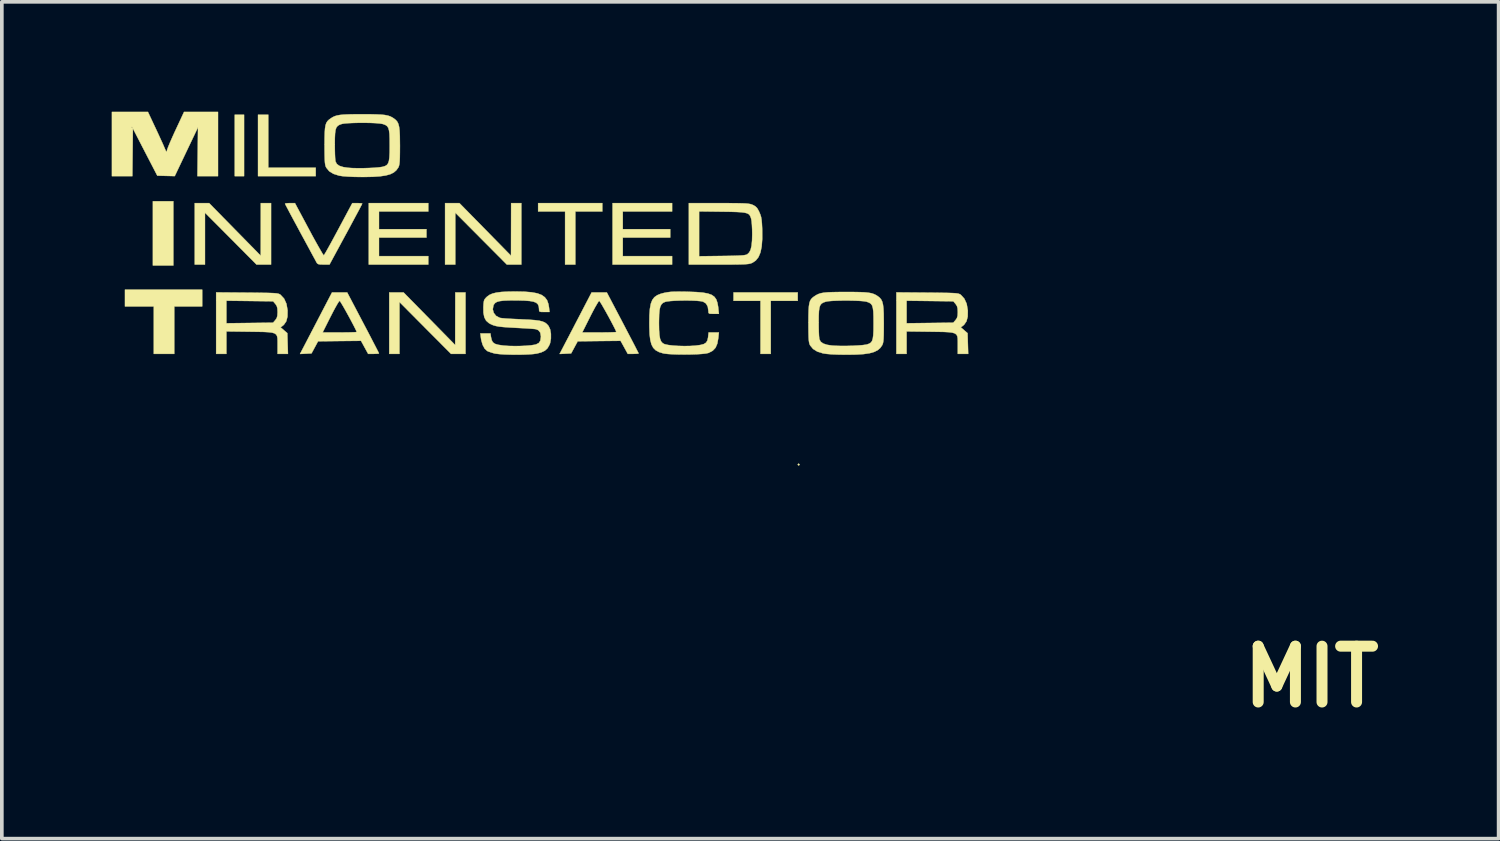
<source format=kicad_pcb>
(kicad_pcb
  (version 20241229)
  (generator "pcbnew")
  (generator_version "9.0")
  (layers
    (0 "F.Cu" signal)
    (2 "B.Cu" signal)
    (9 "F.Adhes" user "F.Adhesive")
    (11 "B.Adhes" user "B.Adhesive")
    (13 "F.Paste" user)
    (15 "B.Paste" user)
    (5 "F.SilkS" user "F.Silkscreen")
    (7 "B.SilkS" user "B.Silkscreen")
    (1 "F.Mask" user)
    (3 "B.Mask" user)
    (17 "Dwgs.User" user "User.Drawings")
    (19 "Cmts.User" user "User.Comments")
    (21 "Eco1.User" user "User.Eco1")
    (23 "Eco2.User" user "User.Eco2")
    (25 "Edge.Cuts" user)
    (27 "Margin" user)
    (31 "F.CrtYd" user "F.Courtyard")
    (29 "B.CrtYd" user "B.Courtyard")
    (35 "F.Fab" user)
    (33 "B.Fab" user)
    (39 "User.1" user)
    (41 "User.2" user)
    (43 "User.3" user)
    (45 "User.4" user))
  (footprint "MIT"
    (layer "F.Cu")
    (at 32.746 15.423)
    (property "Reference" "MIT" (at 0 0 0) (layer "F.SilkS") (effects (font (size 1.524 1.524) (thickness 0.3))))
    (attr through_hole)
    (fp_poly (pts (xy -31.064 -11.227) (xy -31.623 -11.227) (xy -31.623 -12.979) (xy -31.064 -12.979) (xy -31.064 -11.227)) (stroke (width 0.01) (type solid)) (fill yes) (layer "F.SilkS"))
    (fp_poly (pts (xy -29.134 -13.665) (xy -29.388 -13.665) (xy -29.388 -15.342) (xy -29.134 -15.342) (xy -29.134 -13.665)) (stroke (width 0.01) (type solid)) (fill yes) (layer "F.SilkS"))
    (fp_poly (pts (xy -28.473 -13.894) (xy -27.178 -13.894) (xy -27.178 -13.665) (xy -28.753 -13.665) (xy -28.753 -15.342) (xy -28.473 -15.342) (xy -28.473 -13.894)) (stroke (width 0.01) (type solid)) (fill yes) (layer "F.SilkS"))
    (fp_poly (pts (xy -30.277 -10.109) (xy -31.039 -10.109) (xy -31.039 -8.814) (xy -31.598 -8.814) (xy -31.598 -10.109) (xy -32.385 -10.109) (xy -32.385 -10.566) (xy -30.277 -10.566) (xy -30.277 -10.109)) (stroke (width 0.01) (type solid)) (fill yes) (layer "F.SilkS"))
    (fp_poly (pts (xy -19.355 -12.7) (xy -20.091 -12.7) (xy -20.091 -11.252) (xy -20.371 -11.252) (xy -20.371 -12.7) (xy -21.107 -12.7) (xy -21.107 -12.929) (xy -19.355 -12.929) (xy -19.355 -12.7)) (stroke (width 0.01) (type solid)) (fill yes) (layer "F.SilkS"))
    (fp_poly (pts (xy -14.021 -10.262) (xy -14.757 -10.262) (xy -14.757 -8.814) (xy -15.037 -8.814) (xy -15.037 -10.262) (xy -15.773 -10.262) (xy -15.773 -10.49) (xy -14.021 -10.49) (xy -14.021 -10.262)) (stroke (width 0.01) (type solid)) (fill yes) (layer "F.SilkS"))
    (fp_poly (pts (xy -13.971 -5.797) (xy -13.97 -5.791) (xy -13.989 -5.767) (xy -13.995 -5.766) (xy -14.02 -5.785) (xy -14.021 -5.791) (xy -14.001 -5.816) (xy -13.995 -5.817) (xy -13.971 -5.797)) (stroke (width 0.01) (type solid)) (fill yes) (layer "F.SilkS"))
    (fp_poly (pts (xy -29.384 -12.211) (xy -28.679 -11.493) (xy -28.677 -12.929) (xy -28.397 -12.929) (xy -28.397 -11.252) (xy -28.794 -11.252) (xy -29.497 -11.96) (xy -30.201 -12.667) (xy -30.201 -11.252) (xy -30.48 -11.252) (xy -30.48 -12.929) (xy -30.088 -12.929) (xy -29.384 -12.211)) (stroke (width 0.01) (type solid)) (fill yes) (layer "F.SilkS"))
    (fp_poly (pts (xy -24.105 -12.7) (xy -25.451 -12.7) (xy -25.451 -12.217) (xy -24.155 -12.217) (xy -24.155 -11.989) (xy -25.451 -11.989) (xy -25.451 -11.481) (xy -24.105 -11.481) (xy -24.105 -11.252) (xy -25.73 -11.252) (xy -25.73 -12.929) (xy -24.105 -12.929) (xy -24.105 -12.7)) (stroke (width 0.01) (type solid)) (fill yes) (layer "F.SilkS"))
    (fp_poly (pts (xy -24.075 -9.773) (xy -23.371 -9.055) (xy -23.368 -10.49) (xy -23.089 -10.49) (xy -23.089 -8.814) (xy -23.485 -8.814) (xy -24.189 -9.521) (xy -24.892 -10.229) (xy -24.892 -8.814) (xy -25.171 -8.814) (xy -25.171 -10.49) (xy -24.78 -10.49) (xy -24.075 -9.773)) (stroke (width 0.01) (type solid)) (fill yes) (layer "F.SilkS"))
    (fp_poly (pts (xy -22.551 -12.211) (xy -21.847 -11.493) (xy -21.844 -12.929) (xy -21.565 -12.929) (xy -21.565 -11.252) (xy -21.961 -11.252) (xy -22.665 -11.96) (xy -23.368 -12.667) (xy -23.368 -11.252) (xy -23.647 -11.252) (xy -23.647 -12.929) (xy -23.256 -12.929) (xy -22.551 -12.211)) (stroke (width 0.01) (type solid)) (fill yes) (layer "F.SilkS"))
    (fp_poly (pts (xy -17.45 -12.7) (xy -18.796 -12.7) (xy -18.796 -12.217) (xy -17.501 -12.217) (xy -17.501 -11.989) (xy -18.796 -11.989) (xy -18.796 -11.481) (xy -17.45 -11.481) (xy -17.45 -11.252) (xy -19.075 -11.252) (xy -19.075 -12.929) (xy -17.45 -12.929) (xy -17.45 -12.7)) (stroke (width 0.01) (type solid)) (fill yes) (layer "F.SilkS"))
    (fp_poly (pts (xy -31.546 -14.967) (xy -31.477 -14.819) (xy -31.413 -14.679) (xy -31.357 -14.557) (xy -31.315 -14.461) (xy -31.29 -14.402) (xy -31.289 -14.402) (xy -31.263 -14.34) (xy -31.248 -14.323) (xy -31.243 -14.348) (xy -31.243 -14.349) (xy -31.232 -14.39) (xy -31.203 -14.469) (xy -31.158 -14.578) (xy -31.1 -14.71) (xy -31.034 -14.857) (xy -31.007 -14.914) (xy -30.772 -15.418) (xy -30.309 -15.418) (xy -29.845 -15.418) (xy -29.845 -13.665) (xy -30.407 -13.665) (xy -30.391 -14.999) (xy -30.709 -14.332) (xy -31.026 -13.666) (xy -31.264 -13.672) (xy -31.502 -13.678) (xy -31.836 -14.322) (xy -32.169 -14.967) (xy -32.176 -14.316) (xy -32.183 -13.665) (xy -32.741 -13.665) (xy -32.741 -14.999) (xy -32.207 -14.999) (xy -32.194 -14.986) (xy -32.182 -14.999) (xy -32.194 -15.011) (xy -32.207 -14.999) (xy -32.741 -14.999) (xy -32.741 -15.418) (xy -31.758 -15.418) (xy -31.546 -14.967)) (stroke (width 0.01) (type solid)) (fill yes) (layer "F.SilkS"))
    (fp_poly (pts (xy -27.361 -12.211) (xy -27.268 -12.037) (xy -27.181 -11.879) (xy -27.104 -11.742) (xy -27.04 -11.631) (xy -26.993 -11.551) (xy -26.964 -11.509) (xy -26.957 -11.503) (xy -26.941 -11.527) (xy -26.903 -11.59) (xy -26.848 -11.687) (xy -26.778 -11.813) (xy -26.697 -11.962) (xy -26.607 -12.129) (xy -26.558 -12.22) (xy -26.179 -12.929) (xy -26.044 -12.929) (xy -25.968 -12.926) (xy -25.919 -12.921) (xy -25.908 -12.916) (xy -25.92 -12.891) (xy -25.953 -12.827) (xy -26.005 -12.728) (xy -26.074 -12.6) (xy -26.156 -12.447) (xy -26.248 -12.275) (xy -26.349 -12.088) (xy -26.355 -12.078) (xy -26.802 -11.252) (xy -26.964 -11.252) (xy -27.054 -11.254) (xy -27.108 -11.264) (xy -27.139 -11.284) (xy -27.155 -11.309) (xy -27.174 -11.345) (xy -27.214 -11.419) (xy -27.273 -11.527) (xy -27.346 -11.663) (xy -27.431 -11.82) (xy -27.526 -11.995) (xy -27.601 -12.133) (xy -27.698 -12.314) (xy -27.788 -12.48) (xy -27.867 -12.627) (xy -27.931 -12.749) (xy -27.98 -12.841) (xy -28.009 -12.898) (xy -28.016 -12.914) (xy -27.993 -12.922) (xy -27.934 -12.927) (xy -27.881 -12.929) (xy -27.745 -12.929) (xy -27.361 -12.211)) (stroke (width 0.01) (type solid)) (fill yes) (layer "F.SilkS"))
    (fp_poly (pts (xy -25.885 -9.664) (xy -25.786 -9.476) (xy -25.695 -9.302) (xy -25.615 -9.147) (xy -25.548 -9.018) (xy -25.496 -8.917) (xy -25.463 -8.852) (xy -25.451 -8.826) (xy -25.451 -8.826) (xy -25.474 -8.819) (xy -25.534 -8.815) (xy -25.599 -8.814) (xy -25.747 -8.814) (xy -25.942 -9.17) (xy -26.528 -9.164) (xy -27.114 -9.157) (xy -27.293 -8.826) (xy -27.607 -8.811) (xy -27.424 -9.162) (xy -27.353 -9.299) (xy -27.301 -9.398) (xy -26.99 -9.398) (xy -26.525 -9.398) (xy -26.378 -9.399) (xy -26.25 -9.401) (xy -26.149 -9.404) (xy -26.083 -9.407) (xy -26.06 -9.411) (xy -26.072 -9.444) (xy -26.104 -9.511) (xy -26.151 -9.603) (xy -26.209 -9.713) (xy -26.273 -9.832) (xy -26.338 -9.95) (xy -26.4 -10.061) (xy -26.455 -10.155) (xy -26.497 -10.224) (xy -26.522 -10.259) (xy -26.526 -10.261) (xy -26.546 -10.24) (xy -26.585 -10.179) (xy -26.637 -10.088) (xy -26.7 -9.971) (xy -26.769 -9.837) (xy -26.773 -9.83) (xy -26.99 -9.398) (xy -27.301 -9.398) (xy -27.266 -9.466) (xy -27.17 -9.65) (xy -27.074 -9.835) (xy -26.988 -10.001) (xy -26.733 -10.49) (xy -26.526 -10.49) (xy -26.319 -10.49) (xy -25.885 -9.664)) (stroke (width 0.01) (type solid)) (fill yes) (layer "F.SilkS"))
    (fp_poly (pts (xy -18.798 -9.664) (xy -18.7 -9.476) (xy -18.609 -9.302) (xy -18.528 -9.147) (xy -18.461 -9.018) (xy -18.41 -8.917) (xy -18.376 -8.852) (xy -18.364 -8.826) (xy -18.364 -8.826) (xy -18.387 -8.819) (xy -18.447 -8.815) (xy -18.512 -8.814) (xy -18.66 -8.814) (xy -18.856 -9.17) (xy -19.442 -9.164) (xy -20.027 -9.157) (xy -20.206 -8.826) (xy -20.521 -8.811) (xy -20.338 -9.162) (xy -20.266 -9.299) (xy -20.215 -9.398) (xy -19.903 -9.398) (xy -19.439 -9.398) (xy -19.291 -9.399) (xy -19.163 -9.401) (xy -19.062 -9.404) (xy -18.997 -9.407) (xy -18.974 -9.411) (xy -18.985 -9.444) (xy -19.017 -9.511) (xy -19.064 -9.603) (xy -19.122 -9.713) (xy -19.186 -9.832) (xy -19.251 -9.95) (xy -19.314 -10.061) (xy -19.368 -10.155) (xy -19.411 -10.224) (xy -19.436 -10.259) (xy -19.44 -10.261) (xy -19.46 -10.24) (xy -19.498 -10.179) (xy -19.551 -10.088) (xy -19.614 -9.971) (xy -19.683 -9.837) (xy -19.686 -9.83) (xy -19.903 -9.398) (xy -20.215 -9.398) (xy -20.179 -9.466) (xy -20.084 -9.65) (xy -19.987 -9.835) (xy -19.901 -10.001) (xy -19.647 -10.49) (xy -19.44 -10.49) (xy -19.232 -10.49) (xy -18.798 -9.664)) (stroke (width 0.01) (type solid)) (fill yes) (layer "F.SilkS"))
    (fp_poly (pts (xy -29.051 -10.485) (xy -28.821 -10.483) (xy -28.636 -10.48) (xy -28.491 -10.478) (xy -28.38 -10.474) (xy -28.298 -10.47) (xy -28.239 -10.464) (xy -28.198 -10.456) (xy -28.169 -10.445) (xy -28.147 -10.433) (xy -28.139 -10.427) (xy -28.041 -10.322) (xy -27.977 -10.18) (xy -27.946 -10.002) (xy -27.946 -9.997) (xy -27.949 -9.831) (xy -27.982 -9.702) (xy -28.047 -9.608) (xy -28.074 -9.585) (xy -28.137 -9.538) (xy -28.045 -9.458) (xy -27.953 -9.379) (xy -27.936 -8.814) (xy -28.219 -8.814) (xy -28.219 -9.067) (xy -28.219 -9.164) (xy -28.222 -9.241) (xy -28.234 -9.3) (xy -28.259 -9.343) (xy -28.303 -9.374) (xy -28.372 -9.394) (xy -28.471 -9.406) (xy -28.604 -9.413) (xy -28.778 -9.416) (xy -28.987 -9.419) (xy -29.616 -9.427) (xy -29.616 -8.814) (xy -29.896 -8.814) (xy -29.896 -9.649) (xy -29.616 -9.649) (xy -28.979 -9.657) (xy -28.342 -9.665) (xy -28.281 -9.736) (xy -28.243 -9.79) (xy -28.225 -9.854) (xy -28.219 -9.947) (xy -28.219 -9.957) (xy -28.224 -10.053) (xy -28.241 -10.118) (xy -28.276 -10.173) (xy -28.281 -10.178) (xy -28.342 -10.249) (xy -29.616 -10.265) (xy -29.616 -9.649) (xy -29.896 -9.649) (xy -29.896 -10.492) (xy -29.051 -10.485)) (stroke (width 0.01) (type solid)) (fill yes) (layer "F.SilkS"))
    (fp_poly (pts (xy -10.484 -10.485) (xy -10.254 -10.483) (xy -10.069 -10.48) (xy -9.923 -10.478) (xy -9.813 -10.474) (xy -9.73 -10.47) (xy -9.672 -10.464) (xy -9.63 -10.456) (xy -9.602 -10.445) (xy -9.579 -10.433) (xy -9.571 -10.427) (xy -9.474 -10.322) (xy -9.409 -10.18) (xy -9.379 -10.002) (xy -9.378 -9.997) (xy -9.381 -9.831) (xy -9.415 -9.702) (xy -9.48 -9.608) (xy -9.507 -9.585) (xy -9.57 -9.538) (xy -9.477 -9.458) (xy -9.385 -9.379) (xy -9.368 -8.814) (xy -9.652 -8.814) (xy -9.652 -9.067) (xy -9.652 -9.164) (xy -9.655 -9.241) (xy -9.666 -9.3) (xy -9.692 -9.343) (xy -9.736 -9.374) (xy -9.805 -9.394) (xy -9.903 -9.406) (xy -10.037 -9.413) (xy -10.211 -9.416) (xy -10.419 -9.419) (xy -11.049 -9.427) (xy -11.049 -8.814) (xy -11.328 -8.814) (xy -11.328 -9.649) (xy -11.049 -9.649) (xy -10.412 -9.657) (xy -9.775 -9.665) (xy -9.713 -9.736) (xy -9.676 -9.79) (xy -9.657 -9.854) (xy -9.652 -9.947) (xy -9.652 -9.957) (xy -9.657 -10.053) (xy -9.674 -10.118) (xy -9.709 -10.173) (xy -9.713 -10.178) (xy -9.775 -10.249) (xy -11.049 -10.265) (xy -11.049 -9.649) (xy -11.328 -9.649) (xy -11.328 -10.492) (xy -10.484 -10.485)) (stroke (width 0.01) (type solid)) (fill yes) (layer "F.SilkS"))
    (fp_poly (pts (xy -16.173 -12.928) (xy -15.946 -12.928) (xy -15.763 -12.927) (xy -15.619 -12.925) (xy -15.508 -12.922) (xy -15.425 -12.918) (xy -15.363 -12.911) (xy -15.316 -12.903) (xy -15.279 -12.892) (xy -15.245 -12.878) (xy -15.245 -12.878) (xy -15.178 -12.841) (xy -15.129 -12.792) (xy -15.085 -12.716) (xy -15.069 -12.682) (xy -15.041 -12.615) (xy -15.021 -12.55) (xy -15.008 -12.475) (xy -14.999 -12.378) (xy -14.992 -12.246) (xy -14.991 -12.199) (xy -14.99 -11.95) (xy -15.005 -11.745) (xy -15.039 -11.581) (xy -15.092 -11.455) (xy -15.165 -11.363) (xy -15.253 -11.303) (xy -15.285 -11.289) (xy -15.319 -11.278) (xy -15.363 -11.269) (xy -15.422 -11.263) (xy -15.501 -11.258) (xy -15.606 -11.255) (xy -15.744 -11.253) (xy -15.921 -11.252) (xy -16.141 -11.252) (xy -16.175 -11.252) (xy -16.993 -11.252) (xy -16.993 -11.478) (xy -16.713 -11.478) (xy -16.085 -11.486) (xy -15.879 -11.489) (xy -15.719 -11.493) (xy -15.598 -11.498) (xy -15.511 -11.504) (xy -15.451 -11.513) (xy -15.413 -11.524) (xy -15.399 -11.531) (xy -15.345 -11.582) (xy -15.306 -11.658) (xy -15.281 -11.766) (xy -15.267 -11.91) (xy -15.263 -12.079) (xy -15.265 -12.211) (xy -15.271 -12.335) (xy -15.28 -12.435) (xy -15.29 -12.495) (xy -15.307 -12.55) (xy -15.328 -12.593) (xy -15.358 -12.627) (xy -15.404 -12.651) (xy -15.472 -12.668) (xy -15.567 -12.68) (xy -15.695 -12.687) (xy -15.862 -12.692) (xy -16.074 -12.695) (xy -16.083 -12.695) (xy -16.713 -12.703) (xy -16.713 -11.478) (xy -16.993 -11.478) (xy -16.993 -12.929) (xy -16.173 -12.928)) (stroke (width 0.01) (type solid)) (fill yes) (layer "F.SilkS"))
    (fp_poly (pts (xy -17.085 -10.511) (xy -17.011 -10.509) (xy -16.788 -10.501) (xy -16.611 -10.486) (xy -16.474 -10.461) (xy -16.37 -10.424) (xy -16.296 -10.372) (xy -16.245 -10.301) (xy -16.213 -10.208) (xy -16.192 -10.091) (xy -16.189 -10.059) (xy -16.173 -9.906) (xy -16.316 -9.906) (xy -16.397 -9.907) (xy -16.44 -9.915) (xy -16.456 -9.936) (xy -16.459 -9.976) (xy -16.459 -9.978) (xy -16.476 -10.103) (xy -16.526 -10.19) (xy -16.607 -10.24) (xy -16.677 -10.253) (xy -16.785 -10.263) (xy -16.921 -10.269) (xy -17.072 -10.271) (xy -17.228 -10.269) (xy -17.375 -10.264) (xy -17.503 -10.255) (xy -17.599 -10.243) (xy -17.64 -10.233) (xy -17.699 -10.206) (xy -17.742 -10.164) (xy -17.773 -10.102) (xy -17.793 -10.013) (xy -17.804 -9.889) (xy -17.808 -9.724) (xy -17.809 -9.652) (xy -17.806 -9.468) (xy -17.796 -9.328) (xy -17.778 -9.225) (xy -17.75 -9.154) (xy -17.709 -9.107) (xy -17.655 -9.078) (xy -17.651 -9.077) (xy -17.561 -9.057) (xy -17.434 -9.041) (xy -17.283 -9.031) (xy -17.121 -9.027) (xy -16.961 -9.029) (xy -16.819 -9.038) (xy -16.681 -9.056) (xy -16.585 -9.081) (xy -16.523 -9.12) (xy -16.487 -9.178) (xy -16.468 -9.261) (xy -16.466 -9.281) (xy -16.453 -9.398) (xy -16.173 -9.398) (xy -16.189 -9.245) (xy -16.216 -9.093) (xy -16.265 -8.98) (xy -16.342 -8.899) (xy -16.452 -8.841) (xy -16.459 -8.839) (xy -16.527 -8.824) (xy -16.636 -8.812) (xy -16.774 -8.803) (xy -16.933 -8.798) (xy -17.101 -8.796) (xy -17.268 -8.797) (xy -17.424 -8.802) (xy -17.559 -8.81) (xy -17.663 -8.822) (xy -17.697 -8.829) (xy -17.81 -8.864) (xy -17.898 -8.912) (xy -17.965 -8.979) (xy -18.013 -9.07) (xy -18.045 -9.192) (xy -18.064 -9.349) (xy -18.071 -9.549) (xy -18.072 -9.652) (xy -18.069 -9.871) (xy -18.056 -10.045) (xy -18.031 -10.181) (xy -17.991 -10.284) (xy -17.934 -10.36) (xy -17.856 -10.415) (xy -17.754 -10.456) (xy -17.664 -10.479) (xy -17.58 -10.495) (xy -17.49 -10.506) (xy -17.384 -10.512) (xy -17.253 -10.513) (xy -17.085 -10.511)) (stroke (width 0.01) (type solid)) (fill yes) (layer "F.SilkS"))
    (fp_poly (pts (xy -25.695 -15.354) (xy -25.526 -15.35) (xy -25.394 -15.344) (xy -25.291 -15.334) (xy -25.211 -15.318) (xy -25.146 -15.297) (xy -25.089 -15.268) (xy -25.041 -15.237) (xy -24.99 -15.196) (xy -24.951 -15.15) (xy -24.922 -15.09) (xy -24.902 -15.011) (xy -24.889 -14.905) (xy -24.882 -14.766) (xy -24.88 -14.586) (xy -24.879 -14.491) (xy -24.88 -14.312) (xy -24.882 -14.176) (xy -24.886 -14.076) (xy -24.893 -14.005) (xy -24.903 -13.954) (xy -24.916 -13.916) (xy -24.923 -13.902) (xy -24.977 -13.826) (xy -25.049 -13.764) (xy -25.144 -13.717) (xy -25.268 -13.683) (xy -25.426 -13.66) (xy -25.622 -13.647) (xy -25.863 -13.642) (xy -25.921 -13.642) (xy -26.124 -13.645) (xy -26.3 -13.653) (xy -26.441 -13.664) (xy -26.537 -13.678) (xy -26.694 -13.728) (xy -26.81 -13.799) (xy -26.89 -13.897) (xy -26.893 -13.902) (xy -26.908 -13.936) (xy -26.919 -13.98) (xy -26.927 -14.041) (xy -26.932 -14.127) (xy -26.935 -14.245) (xy -26.937 -14.403) (xy -26.937 -14.503) (xy -26.937 -14.53) (xy -26.657 -14.53) (xy -26.656 -14.388) (xy -26.653 -14.259) (xy -26.648 -14.154) (xy -26.641 -14.084) (xy -26.638 -14.066) (xy -26.602 -13.997) (xy -26.534 -13.947) (xy -26.428 -13.913) (xy -26.295 -13.893) (xy -26.181 -13.885) (xy -26.04 -13.882) (xy -25.884 -13.882) (xy -25.726 -13.887) (xy -25.578 -13.894) (xy -25.452 -13.905) (xy -25.361 -13.918) (xy -25.343 -13.922) (xy -25.281 -13.942) (xy -25.235 -13.971) (xy -25.202 -14.015) (xy -25.18 -14.081) (xy -25.167 -14.176) (xy -25.16 -14.308) (xy -25.159 -14.482) (xy -25.159 -14.503) (xy -25.16 -14.682) (xy -25.165 -14.817) (xy -25.178 -14.916) (xy -25.198 -14.985) (xy -25.231 -15.031) (xy -25.277 -15.063) (xy -25.339 -15.086) (xy -25.355 -15.09) (xy -25.428 -15.102) (xy -25.539 -15.112) (xy -25.678 -15.118) (xy -25.834 -15.121) (xy -25.995 -15.121) (xy -26.149 -15.117) (xy -26.287 -15.111) (xy -26.395 -15.102) (xy -26.461 -15.091) (xy -26.528 -15.068) (xy -26.578 -15.037) (xy -26.614 -14.993) (xy -26.637 -14.926) (xy -26.65 -14.83) (xy -26.656 -14.698) (xy -26.657 -14.53) (xy -26.937 -14.53) (xy -26.936 -14.699) (xy -26.932 -14.851) (xy -26.924 -14.967) (xy -26.91 -15.053) (xy -26.889 -15.116) (xy -26.859 -15.164) (xy -26.819 -15.204) (xy -26.778 -15.234) (xy -26.722 -15.271) (xy -26.665 -15.299) (xy -26.598 -15.32) (xy -26.516 -15.335) (xy -26.411 -15.345) (xy -26.276 -15.351) (xy -26.104 -15.354) (xy -25.908 -15.354) (xy -25.695 -15.354)) (stroke (width 0.01) (type solid)) (fill yes) (layer "F.SilkS"))
    (fp_poly (pts (xy -12.487 -10.502) (xy -12.318 -10.499) (xy -12.186 -10.493) (xy -12.083 -10.482) (xy -12.003 -10.467) (xy -11.938 -10.445) (xy -11.881 -10.417) (xy -11.833 -10.386) (xy -11.782 -10.345) (xy -11.743 -10.298) (xy -11.714 -10.239) (xy -11.694 -10.16) (xy -11.681 -10.054) (xy -11.674 -9.915) (xy -11.672 -9.734) (xy -11.671 -9.639) (xy -11.672 -9.46) (xy -11.674 -9.325) (xy -11.678 -9.225) (xy -11.685 -9.153) (xy -11.695 -9.102) (xy -11.708 -9.065) (xy -11.715 -9.051) (xy -11.769 -8.974) (xy -11.841 -8.913) (xy -11.936 -8.866) (xy -12.06 -8.831) (xy -12.218 -8.808) (xy -12.414 -8.795) (xy -12.655 -8.791) (xy -12.713 -8.791) (xy -12.916 -8.794) (xy -13.092 -8.801) (xy -13.233 -8.813) (xy -13.329 -8.827) (xy -13.486 -8.876) (xy -13.602 -8.948) (xy -13.682 -9.045) (xy -13.685 -9.051) (xy -13.7 -9.085) (xy -13.711 -9.129) (xy -13.719 -9.19) (xy -13.724 -9.276) (xy -13.727 -9.394) (xy -13.729 -9.551) (xy -13.729 -9.652) (xy -13.729 -9.679) (xy -13.449 -9.679) (xy -13.448 -9.536) (xy -13.445 -9.408) (xy -13.44 -9.303) (xy -13.433 -9.233) (xy -13.43 -9.214) (xy -13.394 -9.146) (xy -13.326 -9.096) (xy -13.22 -9.061) (xy -13.087 -9.041) (xy -12.973 -9.034) (xy -12.832 -9.03) (xy -12.676 -9.031) (xy -12.518 -9.035) (xy -12.37 -9.043) (xy -12.244 -9.053) (xy -12.153 -9.066) (xy -12.135 -9.07) (xy -12.073 -9.091) (xy -12.027 -9.119) (xy -11.994 -9.163) (xy -11.972 -9.229) (xy -11.959 -9.325) (xy -11.952 -9.456) (xy -11.951 -9.631) (xy -11.951 -9.652) (xy -11.952 -9.831) (xy -11.957 -9.966) (xy -11.97 -10.065) (xy -11.99 -10.134) (xy -12.023 -10.18) (xy -12.069 -10.211) (xy -12.131 -10.234) (xy -12.147 -10.239) (xy -12.22 -10.251) (xy -12.331 -10.26) (xy -12.47 -10.266) (xy -12.626 -10.269) (xy -12.787 -10.269) (xy -12.941 -10.266) (xy -13.079 -10.26) (xy -13.187 -10.251) (xy -13.253 -10.239) (xy -13.32 -10.216) (xy -13.37 -10.186) (xy -13.406 -10.141) (xy -13.429 -10.074) (xy -13.442 -9.979) (xy -13.448 -9.846) (xy -13.449 -9.679) (xy -13.729 -9.679) (xy -13.728 -9.848) (xy -13.724 -10) (xy -13.716 -10.115) (xy -13.702 -10.201) (xy -13.681 -10.265) (xy -13.651 -10.313) (xy -13.611 -10.353) (xy -13.57 -10.383) (xy -13.514 -10.419) (xy -13.457 -10.447) (xy -13.39 -10.469) (xy -13.308 -10.484) (xy -13.203 -10.494) (xy -13.068 -10.499) (xy -12.896 -10.502) (xy -12.7 -10.503) (xy -12.487 -10.502)) (stroke (width 0.01) (type solid)) (fill yes) (layer "F.SilkS"))
    (fp_poly (pts (xy -21.483 -10.511) (xy -21.286 -10.495) (xy -21.13 -10.466) (xy -21.011 -10.421) (xy -20.924 -10.359) (xy -20.863 -10.278) (xy -20.826 -10.174) (xy -20.811 -10.086) (xy -20.796 -9.957) (xy -20.939 -9.957) (xy -21.02 -9.958) (xy -21.063 -9.966) (xy -21.079 -9.987) (xy -21.082 -10.029) (xy -21.082 -10.035) (xy -21.089 -10.108) (xy -21.112 -10.165) (xy -21.157 -10.208) (xy -21.23 -10.238) (xy -21.336 -10.257) (xy -21.481 -10.268) (xy -21.669 -10.273) (xy -21.73 -10.273) (xy -21.914 -10.272) (xy -22.055 -10.266) (xy -22.158 -10.253) (xy -22.231 -10.233) (xy -22.281 -10.202) (xy -22.314 -10.161) (xy -22.327 -10.134) (xy -22.345 -10.03) (xy -22.319 -9.933) (xy -22.256 -9.852) (xy -22.16 -9.8) (xy -22.132 -9.793) (xy -22.082 -9.787) (xy -21.991 -9.779) (xy -21.868 -9.771) (xy -21.722 -9.764) (xy -21.564 -9.757) (xy -21.559 -9.756) (xy -21.359 -9.747) (xy -21.202 -9.735) (xy -21.082 -9.72) (xy -20.992 -9.698) (xy -20.924 -9.67) (xy -20.872 -9.631) (xy -20.828 -9.582) (xy -20.821 -9.573) (xy -20.779 -9.482) (xy -20.758 -9.363) (xy -20.758 -9.233) (xy -20.779 -9.111) (xy -20.797 -9.062) (xy -20.851 -8.967) (xy -20.924 -8.9) (xy -21.025 -8.853) (xy -21.142 -8.822) (xy -21.238 -8.809) (xy -21.371 -8.799) (xy -21.528 -8.793) (xy -21.699 -8.791) (xy -21.871 -8.793) (xy -22.031 -8.798) (xy -22.169 -8.808) (xy -22.272 -8.82) (xy -22.297 -8.825) (xy -22.387 -8.851) (xy -22.466 -8.879) (xy -22.496 -8.892) (xy -22.566 -8.956) (xy -22.622 -9.06) (xy -22.66 -9.193) (xy -22.667 -9.239) (xy -22.684 -9.373) (xy -22.409 -9.373) (xy -22.394 -9.274) (xy -22.374 -9.188) (xy -22.341 -9.128) (xy -22.286 -9.088) (xy -22.2 -9.062) (xy -22.073 -9.043) (xy -22.047 -9.04) (xy -21.913 -9.03) (xy -21.758 -9.027) (xy -21.597 -9.028) (xy -21.441 -9.035) (xy -21.304 -9.047) (xy -21.199 -9.063) (xy -21.164 -9.072) (xy -21.089 -9.11) (xy -21.047 -9.172) (xy -21.032 -9.27) (xy -21.031 -9.293) (xy -21.049 -9.395) (xy -21.103 -9.461) (xy -21.166 -9.487) (xy -21.208 -9.493) (xy -21.292 -9.5) (xy -21.409 -9.508) (xy -21.549 -9.516) (xy -21.704 -9.524) (xy -21.704 -9.524) (xy -21.899 -9.535) (xy -22.052 -9.546) (xy -22.169 -9.558) (xy -22.261 -9.575) (xy -22.334 -9.596) (xy -22.396 -9.623) (xy -22.449 -9.652) (xy -22.526 -9.719) (xy -22.576 -9.812) (xy -22.6 -9.937) (xy -22.602 -10.091) (xy -22.596 -10.193) (xy -22.586 -10.259) (xy -22.567 -10.305) (xy -22.533 -10.345) (xy -22.502 -10.375) (xy -22.436 -10.423) (xy -22.352 -10.46) (xy -22.244 -10.486) (xy -22.105 -10.504) (xy -21.929 -10.513) (xy -21.725 -10.516) (xy -21.483 -10.511)) (stroke (width 0.01) (type solid)) (fill yes) (layer "F.SilkS")))
  (gr_rect
    (start -3 -3)
    (end 37.857 19.841)
    (stroke (width 0.1) (type default))
    (fill no)
    (layer "Edge.Cuts")))
</source>
